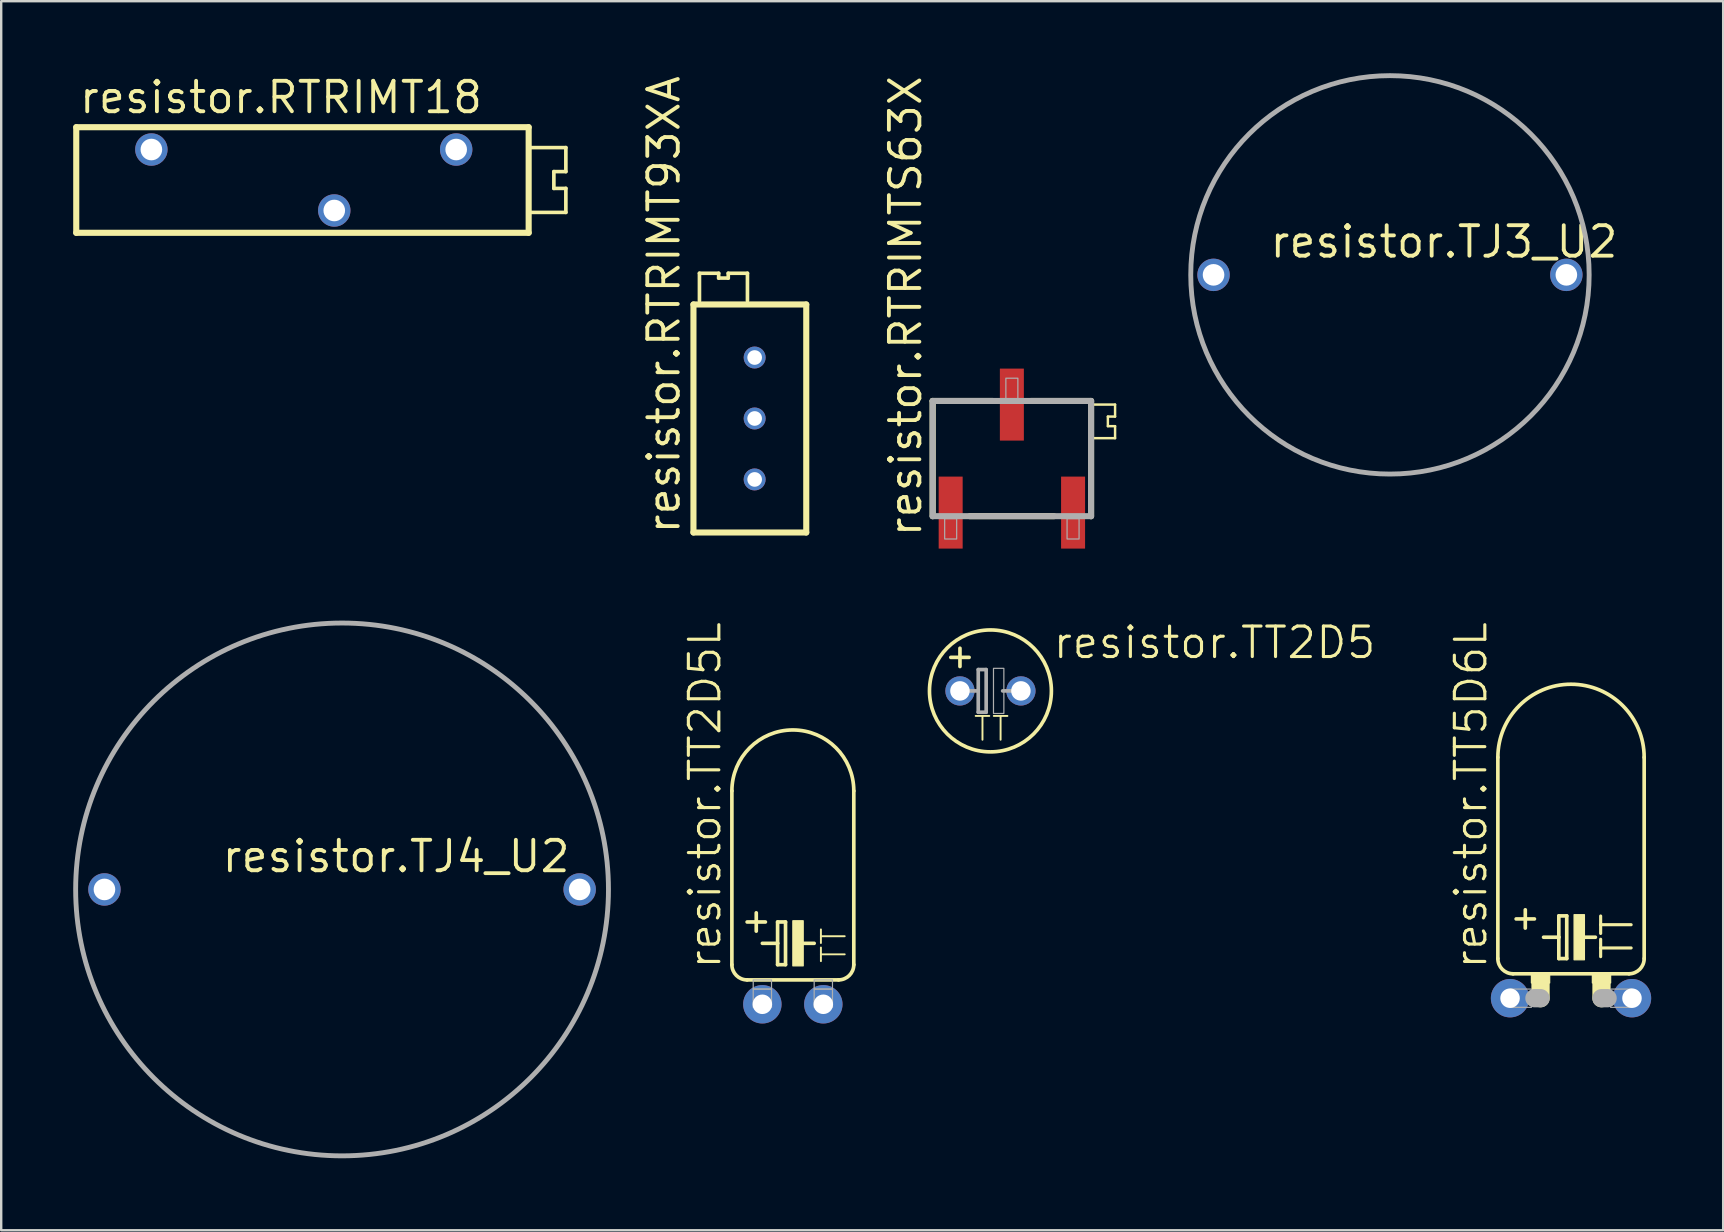
<source format=kicad_pcb>
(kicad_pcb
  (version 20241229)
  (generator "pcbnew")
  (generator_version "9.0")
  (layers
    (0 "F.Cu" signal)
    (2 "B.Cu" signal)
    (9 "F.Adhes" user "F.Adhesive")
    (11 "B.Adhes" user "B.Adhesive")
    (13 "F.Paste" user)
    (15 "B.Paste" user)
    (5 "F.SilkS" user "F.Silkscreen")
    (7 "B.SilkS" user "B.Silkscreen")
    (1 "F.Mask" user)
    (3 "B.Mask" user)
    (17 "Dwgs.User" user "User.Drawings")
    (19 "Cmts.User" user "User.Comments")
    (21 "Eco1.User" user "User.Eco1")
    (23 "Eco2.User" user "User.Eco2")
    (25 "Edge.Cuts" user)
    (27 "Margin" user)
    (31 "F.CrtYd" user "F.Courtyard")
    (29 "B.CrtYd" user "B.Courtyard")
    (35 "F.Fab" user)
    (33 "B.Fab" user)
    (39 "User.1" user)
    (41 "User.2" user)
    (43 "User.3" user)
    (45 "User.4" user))
  (footprint "resistor.TT5D6L"
    (layer "F.Cu")
    (at 62.407 38.54)
    (property "Reference" "resistor.TT5D6L" (at -3.429 -1.143 90) (layer "F.SilkS") (effects (font (size 1.27 1.27) (thickness 0.13)) (justify left bottom)))
    (attr through_hole)
    (fp_line (start -3.048 -10.033) (end -3.048 -1.651) (stroke (width 0.152) (type default)) (layer "F.SilkS"))
    (fp_line (start -2.413 -1.016) (end 2.413 -1.016) (stroke (width 0.152) (type default)) (layer "F.SilkS"))
    (fp_line (start -2.286 -3.302) (end -1.524 -3.302) (stroke (width 0.152) (type default)) (layer "F.SilkS"))
    (fp_line (start -1.905 -2.921) (end -1.905 -3.683) (stroke (width 0.152) (type default)) (layer "F.SilkS"))
    (fp_line (start -1.27 -0.635) (end -1.27 0) (stroke (width 0.762) (type default)) (layer "F.SilkS"))
    (fp_line (start -1.143 -2.54) (end -0.508 -2.54) (stroke (width 0.152) (type default)) (layer "F.SilkS"))
    (fp_line (start -0.508 -3.429) (end -0.508 -2.54) (stroke (width 0.152) (type default)) (layer "F.SilkS"))
    (fp_line (start -0.508 -2.54) (end -0.508 -1.651) (stroke (width 0.152) (type default)) (layer "F.SilkS"))
    (fp_line (start -0.508 -1.651) (end -0.178 -1.651) (stroke (width 0.152) (type default)) (layer "F.SilkS"))
    (fp_line (start -0.178 -3.429) (end -0.508 -3.429) (stroke (width 0.152) (type default)) (layer "F.SilkS"))
    (fp_line (start -0.178 -1.651) (end -0.178 -3.429) (stroke (width 0.152) (type default)) (layer "F.SilkS"))
    (fp_line (start 0.508 -2.54) (end 1.016 -2.54) (stroke (width 0.152) (type default)) (layer "F.SilkS"))
    (fp_line (start 1.27 -0.635) (end 1.27 0) (stroke (width 0.762) (type default)) (layer "F.SilkS"))
    (fp_line (start 3.048 -10.033) (end 3.048 -1.651) (stroke (width 0.152) (type default)) (layer "F.SilkS"))
    (fp_rect (start -1.651 -0.635) (end -0.889 -1.016) (stroke (width 0.05) (type default)) (fill yes) (layer "F.SilkS"))
    (fp_rect (start 0.127 -1.6) (end 0.559 -3.48) (stroke (width 0.05) (type default)) (fill yes) (layer "F.SilkS"))
    (fp_rect (start 0.889 -0.635) (end 1.651 -1.016) (stroke (width 0.05) (type default)) (fill yes) (layer "F.SilkS"))
    (fp_arc (start -3.048 -10.033) (mid 0 -13.081) (end 3.048 -10.033) (stroke (width 0.1524) (type default)) (layer "F.SilkS"))
    (fp_arc (start -2.413 -1.016) (mid -2.862013 -1.201987) (end -3.048 -1.651) (stroke (width 0.1524) (type default)) (layer "F.SilkS"))
    (fp_arc (start 3.048 -1.651) (mid 2.862013 -1.201987) (end 2.413 -1.016) (stroke (width 0.1524) (type default)) (layer "F.SilkS"))
    (fp_line (start -1.524 0) (end -1.27 0) (stroke (width 0.762) (type default)) (layer "F.Fab"))
    (fp_line (start 1.524 0) (end 1.27 0) (stroke (width 0.762) (type default)) (layer "F.Fab"))
    (fp_rect (start -2.54 0.381) (end -1.651 -0.381) (stroke (width 0.05) (type default)) (fill no) (layer "F.Fab"))
    (fp_rect (start 1.651 0.381) (end 2.54 -0.381) (stroke (width 0.05) (type default)) (fill no) (layer "F.Fab"))
    (fp_text user "TT" (at 2.667 -1.524 90) (layer "F.SilkS") (effects (font (size 1.27 1.27) (thickness 0.13)) (justify left bottom)))
    (pad "+" thru_hole circle (at -2.54 0) (size 1.6 1.6) (drill 0.813) (layers "*.Cu" "*.Mask"))
    (pad "-" thru_hole circle (at 2.54 0) (size 1.6 1.6) (drill 0.813) (layers "*.Cu" "*.Mask")))
  (footprint "resistor.TT2D5"
    (layer "F.Cu")
    (at 38.217 25.737)
    (property "Reference" "resistor.TT2D5" (at 2.54 -1.27 0) (layer "F.SilkS") (effects (font (size 1.27 1.27) (thickness 0.13)) (justify left bottom)))
    (attr through_hole)
    (fp_line (start -1.27 -1.016) (end -1.27 -1.778) (stroke (width 0.152) (type default)) (layer "F.SilkS"))
    (fp_line (start -0.889 -1.397) (end -1.651 -1.397) (stroke (width 0.152) (type default)) (layer "F.SilkS"))
    (fp_circle (center 0 0) (end 2.54 0) (stroke (width 0.152) (type default)) (fill no) (layer "F.SilkS"))
    (fp_line (start -1.016 0) (end -0.508 0) (stroke (width 0.152) (type default)) (layer "F.Fab"))
    (fp_line (start -0.508 -0.889) (end -0.508 0) (stroke (width 0.152) (type default)) (layer "F.Fab"))
    (fp_line (start -0.508 0) (end -0.508 0.889) (stroke (width 0.152) (type default)) (layer "F.Fab"))
    (fp_line (start -0.508 0.889) (end -0.178 0.889) (stroke (width 0.152) (type default)) (layer "F.Fab"))
    (fp_line (start -0.178 -0.889) (end -0.508 -0.889) (stroke (width 0.152) (type default)) (layer "F.Fab"))
    (fp_line (start -0.178 0.889) (end -0.178 -0.889) (stroke (width 0.152) (type default)) (layer "F.Fab"))
    (fp_line (start 0.508 0) (end 1.016 0) (stroke (width 0.152) (type default)) (layer "F.Fab"))
    (fp_rect (start 0.127 0.94) (end 0.559 -0.94) (stroke (width 0.05) (type default)) (fill no) (layer "F.Fab"))
    (fp_text user "TT" (at -0.762 2.159 0) (layer "F.SilkS") (effects (font (size 0.991 0.991) (thickness 0.08)) (justify left bottom)))
    (pad "+" thru_hole circle (at -1.27 0) (size 1.219 1.219) (drill 0.813) (layers "*.Cu" "*.Mask"))
    (pad "-" thru_hole circle (at 1.27 0) (size 1.219 1.219) (drill 0.813) (layers "*.Cu" "*.Mask")))
  (footprint "resistor.RTRIMTS63X"
    (layer "F.Cu")
    (at 39.11 16.057)
    (property "Reference" "resistor.RTRIMTS63X" (at -3.69 3.34 90) (layer "F.SilkS") (effects (font (size 1.27 1.27) (thickness 0.16)) (justify left bottom)))
    (attr smd)
    (fp_line (start -3.3 -2.4) (end -3.3 2.4) (stroke (width 0.254) (type default)) (layer "F.SilkS"))
    (fp_line (start -1.75 2.4) (end 1.75 2.4) (stroke (width 0.254) (type default)) (layer "F.SilkS"))
    (fp_line (start -0.8 -2.4) (end -3.3 -2.4) (stroke (width 0.254) (type default)) (layer "F.SilkS"))
    (fp_line (start 0.8 -2.4) (end 3.3 -2.4) (stroke (width 0.254) (type default)) (layer "F.SilkS"))
    (fp_line (start 3.3 -2.4) (end 3.3 2.4) (stroke (width 0.254) (type default)) (layer "F.SilkS"))
    (fp_line (start 4 -1.75) (end 4.3 -1.75) (stroke (width 0.102) (type default)) (layer "F.SilkS"))
    (fp_line (start 4 -1.35) (end 4 -1.75) (stroke (width 0.102) (type default)) (layer "F.SilkS"))
    (fp_line (start 4.3 -2.25) (end 3.4 -2.25) (stroke (width 0.102) (type default)) (layer "F.SilkS"))
    (fp_line (start 4.3 -1.75) (end 4.3 -2.25) (stroke (width 0.102) (type default)) (layer "F.SilkS"))
    (fp_line (start 4.3 -1.35) (end 4 -1.35) (stroke (width 0.102) (type default)) (layer "F.SilkS"))
    (fp_line (start 4.3 -0.85) (end 3.4 -0.85) (stroke (width 0.102) (type default)) (layer "F.SilkS"))
    (fp_line (start 4.3 -0.85) (end 4.3 -1.35) (stroke (width 0.102) (type default)) (layer "F.SilkS"))
    (fp_line (start -3.3 -2.4) (end -3.3 2.4) (stroke (width 0.254) (type default)) (layer "F.Fab"))
    (fp_line (start -3.3 2.4) (end 3.3 2.4) (stroke (width 0.254) (type default)) (layer "F.Fab"))
    (fp_line (start 3.3 -2.4) (end -3.3 -2.4) (stroke (width 0.254) (type default)) (layer "F.Fab"))
    (fp_line (start 3.3 2.4) (end 3.3 -2.4) (stroke (width 0.254) (type default)) (layer "F.Fab"))
    (fp_rect (start -2.8 3.35) (end -2.3 2.5) (stroke (width 0.05) (type default)) (fill no) (layer "F.Fab"))
    (fp_rect (start -0.25 -2.5) (end 0.25 -3.35) (stroke (width 0.05) (type default)) (fill no) (layer "F.Fab"))
    (fp_rect (start 2.3 3.35) (end 2.8 2.5) (stroke (width 0.05) (type default)) (fill no) (layer "F.Fab"))
    (pad "1" smd roundrect (at -2.55 2.25) (size 1 3) (layers "F.Cu" "F.Mask" "F.Paste") (roundrect_rratio 0.01))
    (pad "2" smd roundrect (at 0 -2.25) (size 1 3) (layers "F.Cu" "F.Mask" "F.Paste") (roundrect_rratio 0.01))
    (pad "3" smd roundrect (at 2.55 2.25) (size 1 3) (layers "F.Cu" "F.Mask" "F.Paste") (roundrect_rratio 0.01)))
  (footprint "resistor.TJ3_U2"
    (layer "F.Cu")
    (at 54.863 8.402)
    (property "Reference" "resistor.TJ3_U2" (at -5.08 -0.635 0) (layer "F.SilkS") (effects (font (size 1.27 1.27) (thickness 0.16)) (justify left bottom)))
    (attr through_hole)
    (fp_circle (center 0 0) (end 8.3 0) (stroke (width 0.203) (type default)) (fill no) (layer "F.Fab"))
    (pad "1" thru_hole circle (at -7.35 0) (size 1.35 1.35) (drill 0.9) (layers "*.Cu" "*.Mask"))
    (pad "2" thru_hole circle (at 7.35 0) (size 1.35 1.35) (drill 0.9) (layers "*.Cu" "*.Mask")))
  (footprint "resistor.RTRIMT18"
    (layer "F.Cu")
    (at 10.877 4.45)
    (property "Reference" "resistor.RTRIMT18" (at -10.7 -2.7 0) (layer "F.SilkS") (effects (font (size 1.27 1.27) (thickness 0.16)) (justify left bottom)))
    (attr through_hole)
    (fp_line (start -10.75 -2.2) (end -10.75 2.2) (stroke (width 0.254) (type default)) (layer "F.SilkS"))
    (fp_line (start -10.75 2.2) (end 8.1 2.2) (stroke (width 0.254) (type default)) (layer "F.SilkS"))
    (fp_line (start 8.1 -2.2) (end -10.75 -2.2) (stroke (width 0.254) (type default)) (layer "F.SilkS"))
    (fp_line (start 8.1 2.2) (end 8.1 -2.2) (stroke (width 0.254) (type default)) (layer "F.SilkS"))
    (fp_line (start 8.2 -1.35) (end 9.65 -1.35) (stroke (width 0.152) (type default)) (layer "F.SilkS"))
    (fp_line (start 9.15 -0.35) (end 9.15 0.35) (stroke (width 0.152) (type default)) (layer "F.SilkS"))
    (fp_line (start 9.15 0.35) (end 9.65 0.35) (stroke (width 0.152) (type default)) (layer "F.SilkS"))
    (fp_line (start 9.65 -1.35) (end 9.65 -0.35) (stroke (width 0.152) (type default)) (layer "F.SilkS"))
    (fp_line (start 9.65 -0.35) (end 9.15 -0.35) (stroke (width 0.152) (type default)) (layer "F.SilkS"))
    (fp_line (start 9.65 0.35) (end 9.65 1.35) (stroke (width 0.152) (type default)) (layer "F.SilkS"))
    (fp_line (start 9.65 1.35) (end 8.2 1.35) (stroke (width 0.152) (type default)) (layer "F.SilkS"))
    (pad "1" thru_hole circle (at -7.62 -1.27) (size 1.35 1.35) (drill 0.9) (layers "*.Cu" "*.Mask"))
    (pad "2" thru_hole circle (at 0 1.27) (size 1.35 1.35) (drill 0.9) (layers "*.Cu" "*.Mask"))
    (pad "3" thru_hole circle (at 5.08 -1.27) (size 1.35 1.35) (drill 0.9) (layers "*.Cu" "*.Mask")))
  (footprint "resistor.RTRIMT93XA"
    (layer "F.Cu")
    (at 28.393 14.386)
    (property "Reference" "resistor.RTRIMT93XA" (at -3.04 4.89 90) (layer "F.SilkS") (effects (font (size 1.27 1.27) (thickness 0.16)) (justify left bottom)))
    (attr through_hole)
    (fp_line (start -2.55 -4.75) (end -2.55 4.75) (stroke (width 0.254) (type default)) (layer "F.SilkS"))
    (fp_line (start -2.55 4.75) (end 2.15 4.75) (stroke (width 0.254) (type default)) (layer "F.SilkS"))
    (fp_line (start -2.3 -6.05) (end -2.3 -4.9) (stroke (width 0.152) (type default)) (layer "F.SilkS"))
    (fp_line (start -1.5 -6.05) (end -2.3 -6.05) (stroke (width 0.152) (type default)) (layer "F.SilkS"))
    (fp_line (start -1.5 -5.85) (end -1.5 -6.05) (stroke (width 0.152) (type default)) (layer "F.SilkS"))
    (fp_line (start -1.1 -6.05) (end -1.1 -5.85) (stroke (width 0.152) (type default)) (layer "F.SilkS"))
    (fp_line (start -1.1 -5.85) (end -1.5 -5.85) (stroke (width 0.152) (type default)) (layer "F.SilkS"))
    (fp_line (start -0.3 -6.05) (end -1.1 -6.05) (stroke (width 0.152) (type default)) (layer "F.SilkS"))
    (fp_line (start -0.3 -4.9) (end -0.3 -6.05) (stroke (width 0.152) (type default)) (layer "F.SilkS"))
    (fp_line (start 2.15 -4.75) (end -2.55 -4.75) (stroke (width 0.254) (type default)) (layer "F.SilkS"))
    (fp_line (start 2.15 4.75) (end 2.15 -4.75) (stroke (width 0.254) (type default)) (layer "F.SilkS"))
    (pad "1" thru_hole circle (at 0 2.54) (size 0.914 0.914) (drill 0.61) (layers "*.Cu" "*.Mask"))
    (pad "2" thru_hole circle (at 0 0) (size 0.914 0.914) (drill 0.61) (layers "*.Cu" "*.Mask"))
    (pad "3" thru_hole circle (at 0 -2.54) (size 0.914 0.914) (drill 0.61) (layers "*.Cu" "*.Mask")))
  (footprint "resistor.TJ4_U2"
    (layer "F.Cu")
    (at 11.202 34.009)
    (property "Reference" "resistor.TJ4_U2" (at -5.08 -0.635 0) (layer "F.SilkS") (effects (font (size 1.27 1.27) (thickness 0.16)) (justify left bottom)))
    (attr through_hole)
    (fp_circle (center 0 0) (end 11.1 0) (stroke (width 0.203) (type default)) (fill no) (layer "F.Fab"))
    (pad "1" thru_hole circle (at -9.9 0) (size 1.35 1.35) (drill 0.9) (layers "*.Cu" "*.Mask"))
    (pad "2" thru_hole circle (at 9.9 0) (size 1.35 1.35) (drill 0.9) (layers "*.Cu" "*.Mask")))
  (footprint "resistor.TT2D5L"
    (layer "F.Cu")
    (at 29.984 38.794)
    (property "Reference" "resistor.TT2D5L" (at -2.921 -1.397 90) (layer "F.SilkS") (effects (font (size 1.27 1.27) (thickness 0.13)) (justify left bottom)))
    (attr through_hole)
    (fp_line (start -2.54 -8.89) (end -2.54 -1.651) (stroke (width 0.152) (type default)) (layer "F.SilkS"))
    (fp_line (start -1.905 -3.429) (end -1.143 -3.429) (stroke (width 0.152) (type default)) (layer "F.SilkS"))
    (fp_line (start -1.905 -1.016) (end 1.905 -1.016) (stroke (width 0.152) (type default)) (layer "F.SilkS"))
    (fp_line (start -1.524 -3.81) (end -1.524 -3.048) (stroke (width 0.152) (type default)) (layer "F.SilkS"))
    (fp_line (start -1.27 -2.54) (end -0.635 -2.54) (stroke (width 0.152) (type default)) (layer "F.SilkS"))
    (fp_line (start -0.635 -3.429) (end -0.635 -2.54) (stroke (width 0.152) (type default)) (layer "F.SilkS"))
    (fp_line (start -0.635 -2.54) (end -0.635 -1.651) (stroke (width 0.152) (type default)) (layer "F.SilkS"))
    (fp_line (start -0.635 -1.651) (end -0.305 -1.651) (stroke (width 0.152) (type default)) (layer "F.SilkS"))
    (fp_line (start -0.305 -3.429) (end -0.635 -3.429) (stroke (width 0.152) (type default)) (layer "F.SilkS"))
    (fp_line (start -0.305 -1.651) (end -0.305 -3.429) (stroke (width 0.152) (type default)) (layer "F.SilkS"))
    (fp_line (start 0.381 -2.54) (end 0.889 -2.54) (stroke (width 0.152) (type default)) (layer "F.SilkS"))
    (fp_line (start 2.54 -8.89) (end 2.54 -1.651) (stroke (width 0.152) (type default)) (layer "F.SilkS"))
    (fp_rect (start 0 -1.6) (end 0.432 -3.48) (stroke (width 0.05) (type default)) (fill yes) (layer "F.SilkS"))
    (fp_arc (start -2.54 -8.89) (mid 0 -11.43) (end 2.54 -8.89) (stroke (width 0.1524) (type default)) (layer "F.SilkS"))
    (fp_arc (start -1.905 -1.016) (mid -2.354013 -1.201987) (end -2.54 -1.651) (stroke (width 0.1524) (type default)) (layer "F.SilkS"))
    (fp_arc (start 2.54 -1.651) (mid 2.354013 -1.201987) (end 1.905 -1.016) (stroke (width 0.1524) (type default)) (layer "F.SilkS"))
    (fp_rect (start -1.651 -0.635) (end -0.889 -1.016) (stroke (width 0.05) (type default)) (fill no) (layer "F.Fab"))
    (fp_rect (start -1.651 0.127) (end -0.889 -0.635) (stroke (width 0.05) (type default)) (fill no) (layer "F.Fab"))
    (fp_rect (start 0.889 -0.635) (end 1.651 -1.016) (stroke (width 0.05) (type default)) (fill no) (layer "F.Fab"))
    (fp_rect (start 0.889 0.127) (end 1.651 -0.635) (stroke (width 0.05) (type default)) (fill no) (layer "F.Fab"))
    (fp_text user "TT" (at 2.286 -1.651 90) (layer "F.SilkS") (effects (font (size 0.991 0.991) (thickness 0.08)) (justify left bottom)))
    (pad "+" thru_hole circle (at -1.27 0) (size 1.6 1.6) (drill 0.813) (layers "*.Cu" "*.Mask"))
    (pad "-" thru_hole circle (at 1.27 0) (size 1.6 1.6) (drill 0.813) (layers "*.Cu" "*.Mask")))
  (gr_rect
    (start -3 -3)
    (end 68.747 48.21)
    (stroke (width 0.1) (type default))
    (fill no)
    (layer "Edge.Cuts")))
</source>
